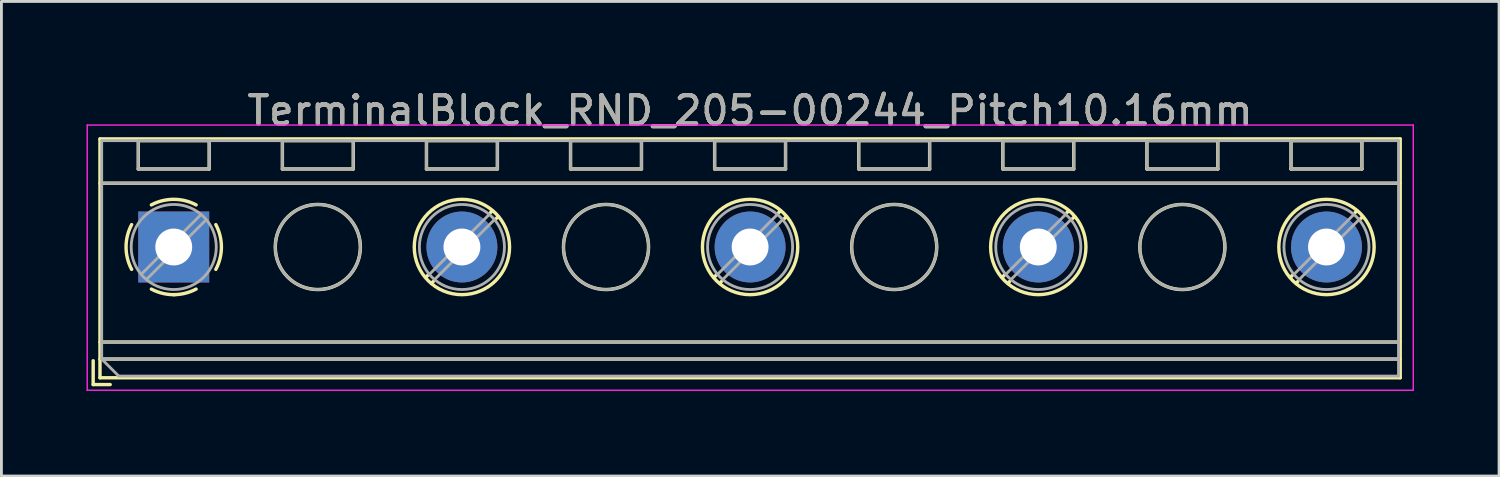
<source format=kicad_pcb>
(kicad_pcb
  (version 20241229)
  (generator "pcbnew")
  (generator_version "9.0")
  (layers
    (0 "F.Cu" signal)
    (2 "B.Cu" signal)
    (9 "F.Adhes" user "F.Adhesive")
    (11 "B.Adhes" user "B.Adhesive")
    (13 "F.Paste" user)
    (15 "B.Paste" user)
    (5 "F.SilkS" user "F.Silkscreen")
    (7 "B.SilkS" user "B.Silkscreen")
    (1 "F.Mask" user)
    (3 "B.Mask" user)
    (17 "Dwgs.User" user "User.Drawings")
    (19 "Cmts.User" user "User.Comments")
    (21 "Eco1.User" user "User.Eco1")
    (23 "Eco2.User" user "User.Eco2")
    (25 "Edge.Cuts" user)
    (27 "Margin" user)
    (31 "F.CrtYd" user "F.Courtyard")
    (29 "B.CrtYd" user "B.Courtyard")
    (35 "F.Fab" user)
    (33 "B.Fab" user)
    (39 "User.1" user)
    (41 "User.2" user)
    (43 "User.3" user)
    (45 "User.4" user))
  (footprint "TerminalBlock_RND_205-00244_Pitch10.16mm"
    (layer "F.Cu")
    (at 3.075 5.658)
    (property "Reference" "TerminalBlock_RND_205-00244_Pitch10.16mm" (at 20.32 -4.81 0) (layer "F.SilkS") (effects (font (size 1 1) (thickness 0.15))))
    (attr through_hole)
    (fp_line (start -2.84 4.01) (end -2.84 4.85) (stroke (width 0.12) (type solid)) (layer "F.SilkS"))
    (fp_line (start -2.84 4.85) (end -2.24 4.85) (stroke (width 0.12) (type solid)) (layer "F.SilkS"))
    (fp_line (start -2.6 -3.81) (end -2.6 4.61) (stroke (width 0.12) (type solid)) (layer "F.SilkS"))
    (fp_line (start -2.6 -2.25) (end 43.24 -2.25) (stroke (width 0.12) (type solid)) (layer "F.SilkS"))
    (fp_line (start -2.6 3.35) (end 43.24 3.35) (stroke (width 0.12) (type solid)) (layer "F.SilkS"))
    (fp_line (start -2.6 3.95) (end 43.24 3.95) (stroke (width 0.12) (type solid)) (layer "F.SilkS"))
    (fp_line (start -2.6 4.61) (end 43.24 4.61) (stroke (width 0.12) (type solid)) (layer "F.SilkS"))
    (fp_line (start -1.25 -3.751) (end -1.25 -2.751) (stroke (width 0.12) (type solid)) (layer "F.SilkS"))
    (fp_line (start -1.25 -3.751) (end 1.25 -3.751) (stroke (width 0.12) (type solid)) (layer "F.SilkS"))
    (fp_line (start -1.25 -2.751) (end 1.25 -2.751) (stroke (width 0.12) (type solid)) (layer "F.SilkS"))
    (fp_line (start 1.25 -3.751) (end 1.25 -2.751) (stroke (width 0.12) (type solid)) (layer "F.SilkS"))
    (fp_line (start 3.83 -3.751) (end 3.83 -2.751) (stroke (width 0.12) (type solid)) (layer "F.SilkS"))
    (fp_line (start 3.83 -3.751) (end 6.33 -3.751) (stroke (width 0.12) (type solid)) (layer "F.SilkS"))
    (fp_line (start 3.83 -2.751) (end 6.33 -2.751) (stroke (width 0.12) (type solid)) (layer "F.SilkS"))
    (fp_line (start 6.33 -3.751) (end 6.33 -2.751) (stroke (width 0.12) (type solid)) (layer "F.SilkS"))
    (fp_line (start 8.91 -3.751) (end 8.91 -2.751) (stroke (width 0.12) (type solid)) (layer "F.SilkS"))
    (fp_line (start 8.91 -3.751) (end 11.41 -3.751) (stroke (width 0.12) (type solid)) (layer "F.SilkS"))
    (fp_line (start 8.91 -2.751) (end 11.41 -2.751) (stroke (width 0.12) (type solid)) (layer "F.SilkS"))
    (fp_line (start 8.98 0.976) (end 8.886 1.069) (stroke (width 0.12) (type solid)) (layer "F.SilkS"))
    (fp_line (start 9.15 1.216) (end 9.091 1.274) (stroke (width 0.12) (type solid)) (layer "F.SilkS"))
    (fp_line (start 11.23 -1.275) (end 11.171 -1.216) (stroke (width 0.12) (type solid)) (layer "F.SilkS"))
    (fp_line (start 11.41 -3.751) (end 11.41 -2.751) (stroke (width 0.12) (type solid)) (layer "F.SilkS"))
    (fp_line (start 11.435 -1.069) (end 11.341 -0.976) (stroke (width 0.12) (type solid)) (layer "F.SilkS"))
    (fp_line (start 13.99 -3.751) (end 13.99 -2.751) (stroke (width 0.12) (type solid)) (layer "F.SilkS"))
    (fp_line (start 13.99 -3.751) (end 16.49 -3.751) (stroke (width 0.12) (type solid)) (layer "F.SilkS"))
    (fp_line (start 13.99 -2.751) (end 16.49 -2.751) (stroke (width 0.12) (type solid)) (layer "F.SilkS"))
    (fp_line (start 16.49 -3.751) (end 16.49 -2.751) (stroke (width 0.12) (type solid)) (layer "F.SilkS"))
    (fp_line (start 19.07 -3.751) (end 19.07 -2.751) (stroke (width 0.12) (type solid)) (layer "F.SilkS"))
    (fp_line (start 19.07 -3.751) (end 21.57 -3.751) (stroke (width 0.12) (type solid)) (layer "F.SilkS"))
    (fp_line (start 19.07 -2.751) (end 21.57 -2.751) (stroke (width 0.12) (type solid)) (layer "F.SilkS"))
    (fp_line (start 19.14 0.976) (end 19.046 1.069) (stroke (width 0.12) (type solid)) (layer "F.SilkS"))
    (fp_line (start 19.31 1.216) (end 19.251 1.274) (stroke (width 0.12) (type solid)) (layer "F.SilkS"))
    (fp_line (start 21.39 -1.275) (end 21.331 -1.216) (stroke (width 0.12) (type solid)) (layer "F.SilkS"))
    (fp_line (start 21.57 -3.751) (end 21.57 -2.751) (stroke (width 0.12) (type solid)) (layer "F.SilkS"))
    (fp_line (start 21.595 -1.069) (end 21.501 -0.976) (stroke (width 0.12) (type solid)) (layer "F.SilkS"))
    (fp_line (start 24.15 -3.751) (end 24.15 -2.751) (stroke (width 0.12) (type solid)) (layer "F.SilkS"))
    (fp_line (start 24.15 -3.751) (end 26.65 -3.751) (stroke (width 0.12) (type solid)) (layer "F.SilkS"))
    (fp_line (start 24.15 -2.751) (end 26.65 -2.751) (stroke (width 0.12) (type solid)) (layer "F.SilkS"))
    (fp_line (start 26.65 -3.751) (end 26.65 -2.751) (stroke (width 0.12) (type solid)) (layer "F.SilkS"))
    (fp_line (start 29.23 -3.751) (end 29.23 -2.751) (stroke (width 0.12) (type solid)) (layer "F.SilkS"))
    (fp_line (start 29.23 -3.751) (end 31.73 -3.751) (stroke (width 0.12) (type solid)) (layer "F.SilkS"))
    (fp_line (start 29.23 -2.751) (end 31.73 -2.751) (stroke (width 0.12) (type solid)) (layer "F.SilkS"))
    (fp_line (start 29.3 0.976) (end 29.206 1.069) (stroke (width 0.12) (type solid)) (layer "F.SilkS"))
    (fp_line (start 29.47 1.216) (end 29.411 1.274) (stroke (width 0.12) (type solid)) (layer "F.SilkS"))
    (fp_line (start 31.55 -1.275) (end 31.491 -1.216) (stroke (width 0.12) (type solid)) (layer "F.SilkS"))
    (fp_line (start 31.73 -3.751) (end 31.73 -2.751) (stroke (width 0.12) (type solid)) (layer "F.SilkS"))
    (fp_line (start 31.755 -1.069) (end 31.661 -0.976) (stroke (width 0.12) (type solid)) (layer "F.SilkS"))
    (fp_line (start 34.31 -3.751) (end 34.31 -2.751) (stroke (width 0.12) (type solid)) (layer "F.SilkS"))
    (fp_line (start 34.31 -3.751) (end 36.81 -3.751) (stroke (width 0.12) (type solid)) (layer "F.SilkS"))
    (fp_line (start 34.31 -2.751) (end 36.81 -2.751) (stroke (width 0.12) (type solid)) (layer "F.SilkS"))
    (fp_line (start 36.81 -3.751) (end 36.81 -2.751) (stroke (width 0.12) (type solid)) (layer "F.SilkS"))
    (fp_line (start 39.39 -3.751) (end 39.39 -2.751) (stroke (width 0.12) (type solid)) (layer "F.SilkS"))
    (fp_line (start 39.39 -3.751) (end 41.89 -3.751) (stroke (width 0.12) (type solid)) (layer "F.SilkS"))
    (fp_line (start 39.39 -2.751) (end 41.89 -2.751) (stroke (width 0.12) (type solid)) (layer "F.SilkS"))
    (fp_line (start 39.46 0.976) (end 39.366 1.069) (stroke (width 0.12) (type solid)) (layer "F.SilkS"))
    (fp_line (start 39.63 1.216) (end 39.571 1.274) (stroke (width 0.12) (type solid)) (layer "F.SilkS"))
    (fp_line (start 41.71 -1.275) (end 41.651 -1.216) (stroke (width 0.12) (type solid)) (layer "F.SilkS"))
    (fp_line (start 41.89 -3.751) (end 41.89 -2.751) (stroke (width 0.12) (type solid)) (layer "F.SilkS"))
    (fp_line (start 41.915 -1.069) (end 41.821 -0.976) (stroke (width 0.12) (type solid)) (layer "F.SilkS"))
    (fp_line (start 43.24 -3.81) (end -2.6 -3.81) (stroke (width 0.12) (type solid)) (layer "F.SilkS"))
    (fp_line (start 43.24 4.61) (end 43.24 -3.81) (stroke (width 0.12) (type solid)) (layer "F.SilkS"))
    (fp_arc (start -1.483953 0.789089) (mid -1.680708 0.00005) (end -1.484 -0.789) (stroke (width 0.12) (type solid)) (layer "F.SilkS"))
    (fp_arc (start -0.789089 -1.483953) (mid -0.00005 -1.680708) (end 0.789 -1.484) (stroke (width 0.12) (type solid)) (layer "F.SilkS"))
    (fp_arc (start 0.029383 1.68045) (mid -0.392304 1.634281) (end -0.789 1.484) (stroke (width 0.12) (type solid)) (layer "F.SilkS"))
    (fp_arc (start 0.788712 1.483352) (mid 0.406429 1.630097) (end 0 1.68) (stroke (width 0.12) (type solid)) (layer "F.SilkS"))
    (fp_arc (start 1.483953 -0.789089) (mid 1.680708 -0.00005) (end 1.484 0.789) (stroke (width 0.12) (type solid)) (layer "F.SilkS"))
    (fp_circle (center 5.08 0) (end 6.58 0) (stroke (width 0.12) (type solid)) (fill no) (layer "F.SilkS"))
    (fp_circle (center 10.16 0) (end 11.84 0) (stroke (width 0.12) (type solid)) (fill no) (layer "F.SilkS"))
    (fp_circle (center 15.24 0) (end 16.74 0) (stroke (width 0.12) (type solid)) (fill no) (layer "F.SilkS"))
    (fp_circle (center 20.32 0) (end 22 0) (stroke (width 0.12) (type solid)) (fill no) (layer "F.SilkS"))
    (fp_circle (center 25.4 0) (end 26.9 0) (stroke (width 0.12) (type solid)) (fill no) (layer "F.SilkS"))
    (fp_circle (center 30.48 0) (end 32.16 0) (stroke (width 0.12) (type solid)) (fill no) (layer "F.SilkS"))
    (fp_circle (center 35.56 0) (end 37.06 0) (stroke (width 0.12) (type solid)) (fill no) (layer "F.SilkS"))
    (fp_circle (center 40.64 0) (end 42.32 0) (stroke (width 0.12) (type solid)) (fill no) (layer "F.SilkS"))
    (fp_line (start -3.05 -4.3) (end -3.05 5.05) (stroke (width 0.05) (type solid)) (layer "F.CrtYd"))
    (fp_line (start -3.05 5.05) (end 43.7 5.05) (stroke (width 0.05) (type solid)) (layer "F.CrtYd"))
    (fp_line (start 43.7 -4.3) (end -3.05 -4.3) (stroke (width 0.05) (type solid)) (layer "F.CrtYd"))
    (fp_line (start 43.7 5.05) (end 43.7 -4.3) (stroke (width 0.05) (type solid)) (layer "F.CrtYd"))
    (fp_line (start -2.54 -3.75) (end 43.18 -3.75) (stroke (width 0.1) (type solid)) (layer "F.Fab"))
    (fp_line (start -2.54 -2.25) (end 43.18 -2.25) (stroke (width 0.1) (type solid)) (layer "F.Fab"))
    (fp_line (start -2.54 3.35) (end 43.18 3.35) (stroke (width 0.1) (type solid)) (layer "F.Fab"))
    (fp_line (start -2.54 3.95) (end -2.54 -3.75) (stroke (width 0.1) (type solid)) (layer "F.Fab"))
    (fp_line (start -2.54 3.95) (end 43.18 3.95) (stroke (width 0.1) (type solid)) (layer "F.Fab"))
    (fp_line (start -1.94 4.55) (end -2.54 3.95) (stroke (width 0.1) (type solid)) (layer "F.Fab"))
    (fp_line (start -1.25 -3.75) (end -1.25 -2.75) (stroke (width 0.1) (type solid)) (layer "F.Fab"))
    (fp_line (start -1.25 -2.75) (end 1.25 -2.75) (stroke (width 0.1) (type solid)) (layer "F.Fab"))
    (fp_line (start 0.955 -1.138) (end -1.138 0.955) (stroke (width 0.1) (type solid)) (layer "F.Fab"))
    (fp_line (start 1.138 -0.955) (end -0.955 1.138) (stroke (width 0.1) (type solid)) (layer "F.Fab"))
    (fp_line (start 1.25 -3.75) (end -1.25 -3.75) (stroke (width 0.1) (type solid)) (layer "F.Fab"))
    (fp_line (start 1.25 -2.75) (end 1.25 -3.75) (stroke (width 0.1) (type solid)) (layer "F.Fab"))
    (fp_line (start 3.83 -3.75) (end 3.83 -2.75) (stroke (width 0.1) (type solid)) (layer "F.Fab"))
    (fp_line (start 3.83 -2.75) (end 6.33 -2.75) (stroke (width 0.1) (type solid)) (layer "F.Fab"))
    (fp_line (start 6.33 -3.75) (end 3.83 -3.75) (stroke (width 0.1) (type solid)) (layer "F.Fab"))
    (fp_line (start 6.33 -2.75) (end 6.33 -3.75) (stroke (width 0.1) (type solid)) (layer "F.Fab"))
    (fp_line (start 8.91 -3.75) (end 8.91 -2.75) (stroke (width 0.1) (type solid)) (layer "F.Fab"))
    (fp_line (start 8.91 -2.75) (end 11.41 -2.75) (stroke (width 0.1) (type solid)) (layer "F.Fab"))
    (fp_line (start 11.115 -1.138) (end 9.023 0.955) (stroke (width 0.1) (type solid)) (layer "F.Fab"))
    (fp_line (start 11.298 -0.955) (end 9.206 1.138) (stroke (width 0.1) (type solid)) (layer "F.Fab"))
    (fp_line (start 11.41 -3.75) (end 8.91 -3.75) (stroke (width 0.1) (type solid)) (layer "F.Fab"))
    (fp_line (start 11.41 -2.75) (end 11.41 -3.75) (stroke (width 0.1) (type solid)) (layer "F.Fab"))
    (fp_line (start 13.99 -3.75) (end 13.99 -2.75) (stroke (width 0.1) (type solid)) (layer "F.Fab"))
    (fp_line (start 13.99 -2.75) (end 16.49 -2.75) (stroke (width 0.1) (type solid)) (layer "F.Fab"))
    (fp_line (start 16.49 -3.75) (end 13.99 -3.75) (stroke (width 0.1) (type solid)) (layer "F.Fab"))
    (fp_line (start 16.49 -2.75) (end 16.49 -3.75) (stroke (width 0.1) (type solid)) (layer "F.Fab"))
    (fp_line (start 19.07 -3.75) (end 19.07 -2.75) (stroke (width 0.1) (type solid)) (layer "F.Fab"))
    (fp_line (start 19.07 -2.75) (end 21.57 -2.75) (stroke (width 0.1) (type solid)) (layer "F.Fab"))
    (fp_line (start 21.275 -1.138) (end 19.183 0.955) (stroke (width 0.1) (type solid)) (layer "F.Fab"))
    (fp_line (start 21.458 -0.955) (end 19.366 1.138) (stroke (width 0.1) (type solid)) (layer "F.Fab"))
    (fp_line (start 21.57 -3.75) (end 19.07 -3.75) (stroke (width 0.1) (type solid)) (layer "F.Fab"))
    (fp_line (start 21.57 -2.75) (end 21.57 -3.75) (stroke (width 0.1) (type solid)) (layer "F.Fab"))
    (fp_line (start 24.15 -3.75) (end 24.15 -2.75) (stroke (width 0.1) (type solid)) (layer "F.Fab"))
    (fp_line (start 24.15 -2.75) (end 26.65 -2.75) (stroke (width 0.1) (type solid)) (layer "F.Fab"))
    (fp_line (start 26.65 -3.75) (end 24.15 -3.75) (stroke (width 0.1) (type solid)) (layer "F.Fab"))
    (fp_line (start 26.65 -2.75) (end 26.65 -3.75) (stroke (width 0.1) (type solid)) (layer "F.Fab"))
    (fp_line (start 29.23 -3.75) (end 29.23 -2.75) (stroke (width 0.1) (type solid)) (layer "F.Fab"))
    (fp_line (start 29.23 -2.75) (end 31.73 -2.75) (stroke (width 0.1) (type solid)) (layer "F.Fab"))
    (fp_line (start 31.435 -1.138) (end 29.343 0.955) (stroke (width 0.1) (type solid)) (layer "F.Fab"))
    (fp_line (start 31.618 -0.955) (end 29.526 1.138) (stroke (width 0.1) (type solid)) (layer "F.Fab"))
    (fp_line (start 31.73 -3.75) (end 29.23 -3.75) (stroke (width 0.1) (type solid)) (layer "F.Fab"))
    (fp_line (start 31.73 -2.75) (end 31.73 -3.75) (stroke (width 0.1) (type solid)) (layer "F.Fab"))
    (fp_line (start 34.31 -3.75) (end 34.31 -2.75) (stroke (width 0.1) (type solid)) (layer "F.Fab"))
    (fp_line (start 34.31 -2.75) (end 36.81 -2.75) (stroke (width 0.1) (type solid)) (layer "F.Fab"))
    (fp_line (start 36.81 -3.75) (end 34.31 -3.75) (stroke (width 0.1) (type solid)) (layer "F.Fab"))
    (fp_line (start 36.81 -2.75) (end 36.81 -3.75) (stroke (width 0.1) (type solid)) (layer "F.Fab"))
    (fp_line (start 39.39 -3.75) (end 39.39 -2.75) (stroke (width 0.1) (type solid)) (layer "F.Fab"))
    (fp_line (start 39.39 -2.75) (end 41.89 -2.75) (stroke (width 0.1) (type solid)) (layer "F.Fab"))
    (fp_line (start 41.595 -1.138) (end 39.503 0.955) (stroke (width 0.1) (type solid)) (layer "F.Fab"))
    (fp_line (start 41.778 -0.955) (end 39.686 1.138) (stroke (width 0.1) (type solid)) (layer "F.Fab"))
    (fp_line (start 41.89 -3.75) (end 39.39 -3.75) (stroke (width 0.1) (type solid)) (layer "F.Fab"))
    (fp_line (start 41.89 -2.75) (end 41.89 -3.75) (stroke (width 0.1) (type solid)) (layer "F.Fab"))
    (fp_line (start 43.18 -3.75) (end 43.18 4.55) (stroke (width 0.1) (type solid)) (layer "F.Fab"))
    (fp_line (start 43.18 4.55) (end -1.94 4.55) (stroke (width 0.1) (type solid)) (layer "F.Fab"))
    (fp_circle (center 0 0) (end 1.5 0) (stroke (width 0.1) (type solid)) (fill no) (layer "F.Fab"))
    (fp_circle (center 5.08 0) (end 6.58 0) (stroke (width 0.1) (type solid)) (fill no) (layer "F.Fab"))
    (fp_circle (center 10.16 0) (end 11.66 0) (stroke (width 0.1) (type solid)) (fill no) (layer "F.Fab"))
    (fp_circle (center 15.24 0) (end 16.74 0) (stroke (width 0.1) (type solid)) (fill no) (layer "F.Fab"))
    (fp_circle (center 20.32 0) (end 21.82 0) (stroke (width 0.1) (type solid)) (fill no) (layer "F.Fab"))
    (fp_circle (center 25.4 0) (end 26.9 0) (stroke (width 0.1) (type solid)) (fill no) (layer "F.Fab"))
    (fp_circle (center 30.48 0) (end 31.98 0) (stroke (width 0.1) (type solid)) (fill no) (layer "F.Fab"))
    (fp_circle (center 35.56 0) (end 37.06 0) (stroke (width 0.1) (type solid)) (fill no) (layer "F.Fab"))
    (fp_circle (center 40.64 0) (end 42.14 0) (stroke (width 0.1) (type solid)) (fill no) (layer "F.Fab"))
    (fp_text user "${REFERENCE}" (at 20.32 -4.81 0) (layer "F.Fab") (effects (font (size 1 1) (thickness 0.15))))
    (pad "1" thru_hole rect (at 0 0) (size 2.5 2.5) (drill 1.3) (layers "*.Cu" "*.Mask"))
    (pad "2" thru_hole circle (at 10.16 0) (size 2.5 2.5) (drill 1.3) (layers "*.Cu" "*.Mask"))
    (pad "3" thru_hole circle (at 20.32 0) (size 2.5 2.5) (drill 1.3) (layers "*.Cu" "*.Mask"))
    (pad "4" thru_hole circle (at 30.48 0) (size 2.5 2.5) (drill 1.3) (layers "*.Cu" "*.Mask"))
    (pad "5" thru_hole circle (at 40.64 0) (size 2.5 2.5) (drill 1.3) (layers "*.Cu" "*.Mask")))
  (gr_rect
    (start -3 -3)
    (end 49.8 13.733)
    (stroke (width 0.1) (type default))
    (fill no)
    (layer "Edge.Cuts")))
</source>
